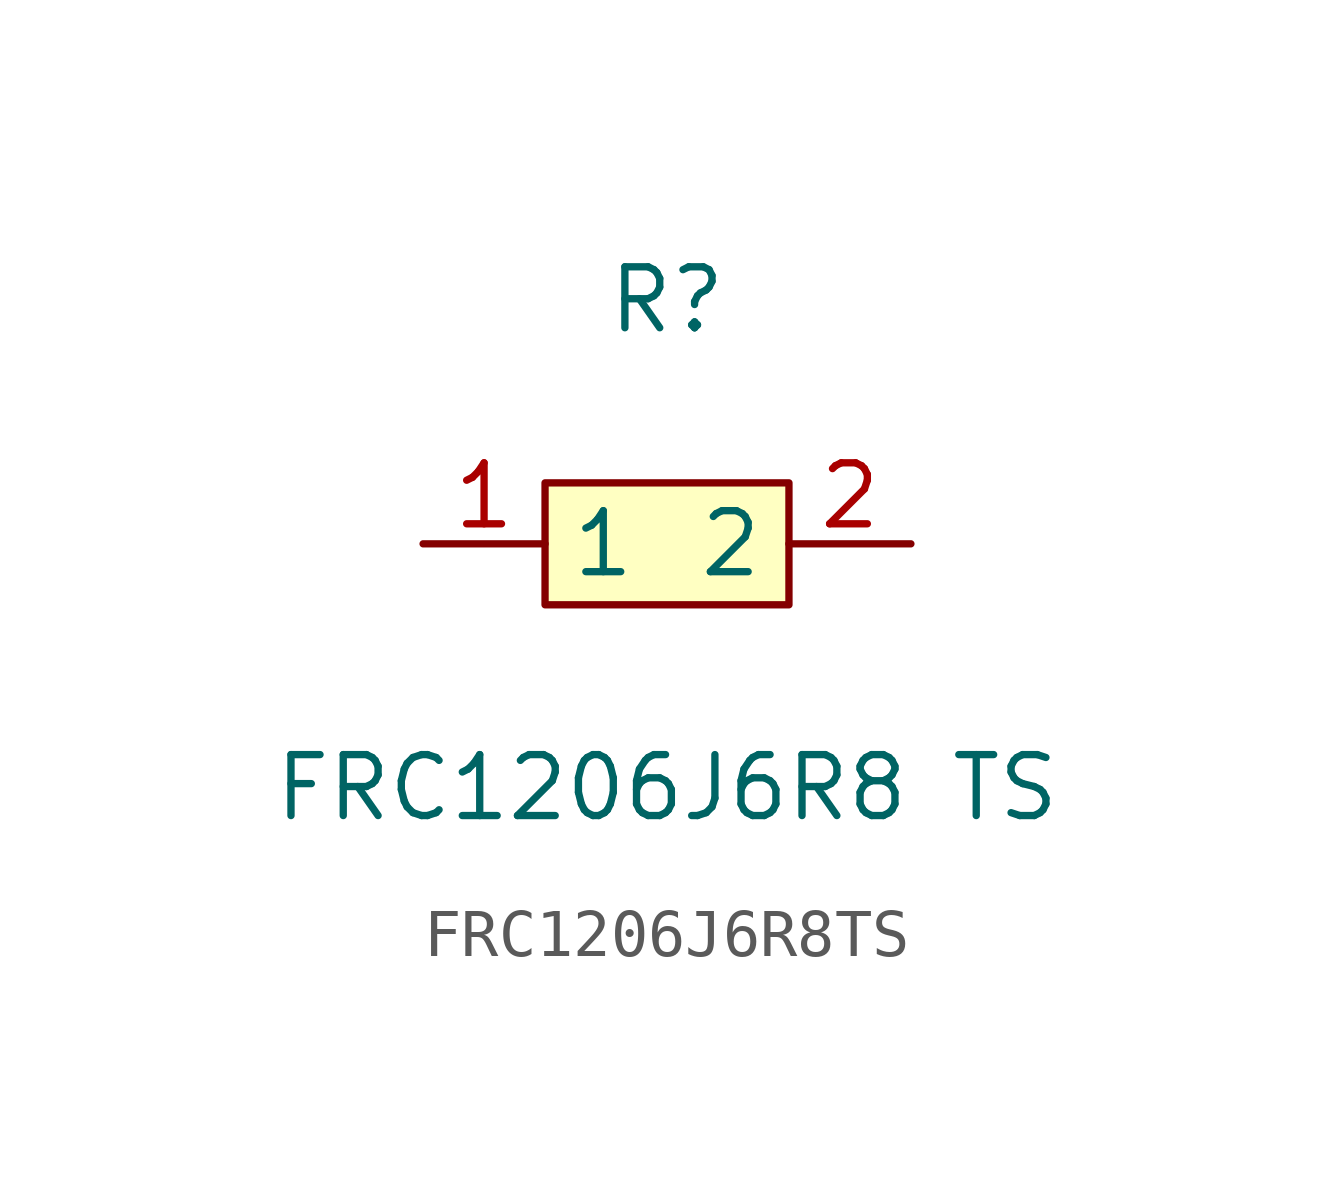
<source format=kicad_sym>
(kicad_symbol_lib
  (version 1)
  (generator "faebryk")
  (symbol "FRC1206J6R8TS"
    (property "Reference" "R"
      (at 0 5.08 0)
      (effects (font (size 1.27 1.27)) (hide no)))
    (property "Value" "FRC1206J6R8 TS"
      (at 0 -5.08 0)
      (effects (font (size 1.27 1.27)) (hide no)))
    (symbol "FRC1206J6R8TS_0_1"
      (rectangle (start -2.54 1.27) (end 2.54 -1.27) (stroke (width 0) (type default) (color 0 0 0 0)) (fill (type background)))
      (pin unspecified line (at 5.08 0 180) (length 2.54) (name "2" (effects (font (size 1.27 1.27)) (hide no))) (number "2" (effects (font (size 1.27 1.27)) (hide no))))
      (pin unspecified line (at -5.08 0 0) (length 2.54) (name "1" (effects (font (size 1.27 1.27)) (hide no))) (number "1" (effects (font (size 1.27 1.27)) (hide no)))))))
</source>
